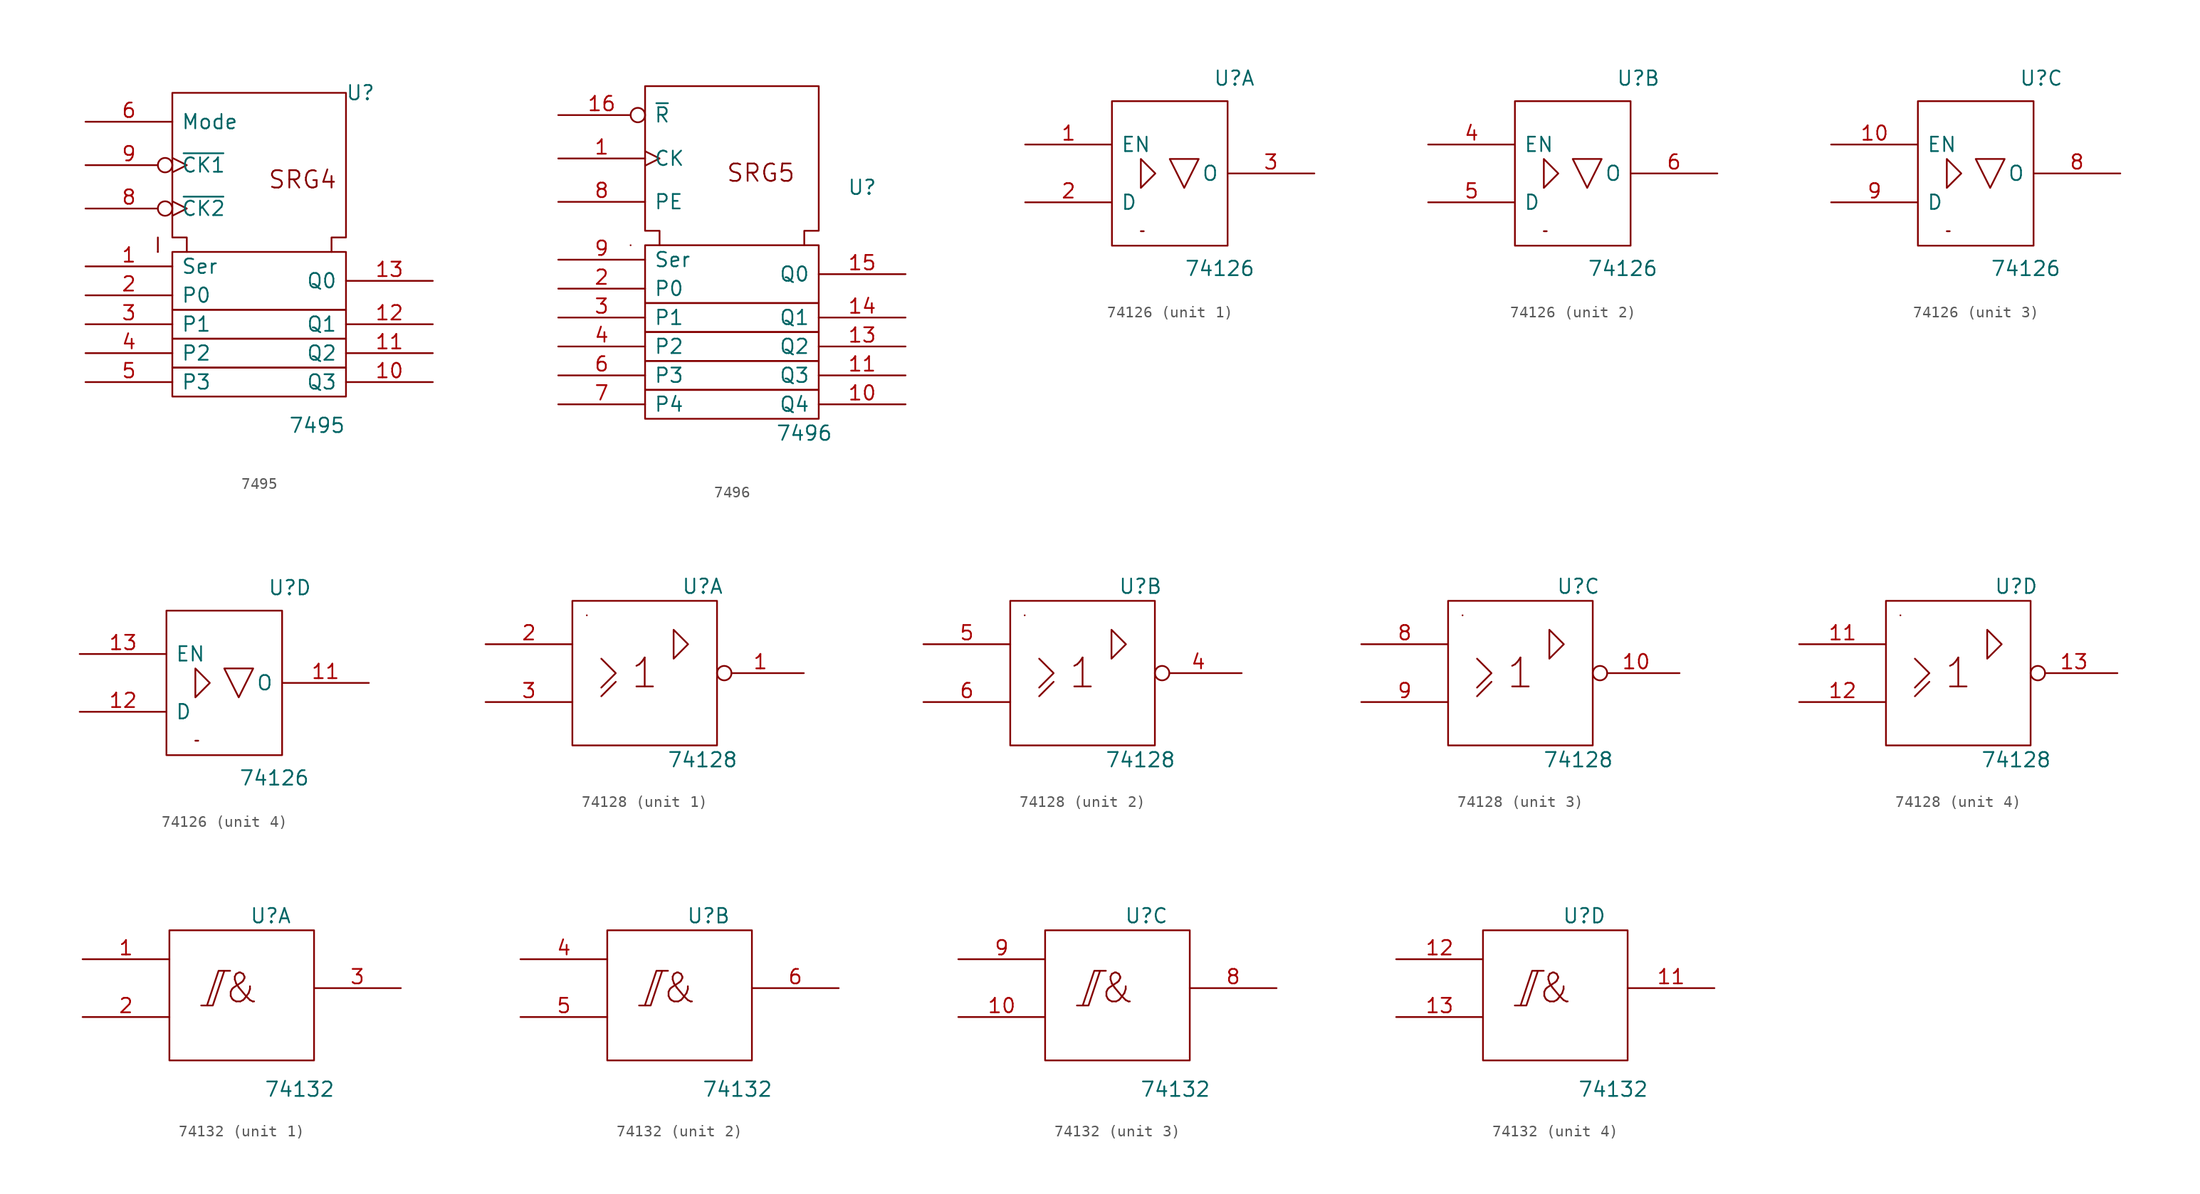
<source format=kicad_sym>
(kicad_symbol_lib
  (version 20201005)
  (generator kicad_symbol_editor)
  (symbol "74xx_IEEE:7495"
    (pin_names
      (offset 0.762))
    (property "Reference" "U"
      (at 8.89 13.97 0)
      (effects (font (size 1.27 1.27))))
    (property "Value" "7495"
      (at 5.08 -15.24 0)
      (effects (font (size 1.27 1.27))))
    (symbol "7495_0_0"
      (text "SRG4" (at 3.81 6.35 0) (effects (font (size 1.524 1.524))))
      (polyline (pts (xy -8.89 0) (xy -8.89 0)) (stroke (width 0)) (fill (type none)))
      (polyline (pts (xy -8.89 1.27) (xy -8.89 0) (xy -8.89 0)) (stroke (width 0)) (fill (type none)))
      (pin power_in line (at 5.08 13.97 270) (length 0) hide (name "VCC" (effects (font (size 1.27 1.27)))) (number "14" (effects (font (size 1.27 1.27)))))
      (pin power_in line (at 0 13.97 270) (length 0) hide (name "GND" (effects (font (size 1.27 1.27)))) (number "7" (effects (font (size 1.27 1.27))))))
    (symbol "7495_0_1"
      (rectangle (start -7.62 -10.16) (end 7.62 -12.7) (stroke (width 0)) (fill (type none)))
      (rectangle (start -7.62 -7.62) (end 7.62 -10.16) (stroke (width 0)) (fill (type none)))
      (rectangle (start -7.62 -5.08) (end 7.62 -7.62) (stroke (width 0)) (fill (type none)))
      (rectangle (start -7.62 0) (end 7.62 -5.08) (stroke (width 0)) (fill (type none)))
      (polyline (pts (xy -6.35 0) (xy -6.35 1.27) (xy -7.62 1.27) (xy -7.62 13.97) (xy 7.62 13.97) (xy 7.62 1.27) (xy 6.35 1.27) (xy 6.35 0) (xy 6.35 0)) (stroke (width 0)) (fill (type none))))
    (symbol "7495_1_1"
      (pin input line (at -15.24 -1.27 0) (length 7.62) (name "Ser" (effects (font (size 1.27 1.27)))) (number "1" (effects (font (size 1.27 1.27)))))
      (pin output line (at 15.24 -11.43 180) (length 7.62) (name "Q3" (effects (font (size 1.27 1.27)))) (number "10" (effects (font (size 1.27 1.27)))))
      (pin output line (at 15.24 -8.89 180) (length 7.62) (name "Q2" (effects (font (size 1.27 1.27)))) (number "11" (effects (font (size 1.27 1.27)))))
      (pin output line (at 15.24 -6.35 180) (length 7.62) (name "Q1" (effects (font (size 1.27 1.27)))) (number "12" (effects (font (size 1.27 1.27)))))
      (pin output line (at 15.24 -2.54 180) (length 7.62) (name "Q0" (effects (font (size 1.27 1.27)))) (number "13" (effects (font (size 1.27 1.27)))))
      (pin input line (at -15.24 -3.81 0) (length 7.62) (name "P0" (effects (font (size 1.27 1.27)))) (number "2" (effects (font (size 1.27 1.27)))))
      (pin input line (at -15.24 -6.35 0) (length 7.62) (name "P1" (effects (font (size 1.27 1.27)))) (number "3" (effects (font (size 1.27 1.27)))))
      (pin input line (at -15.24 -8.89 0) (length 7.62) (name "P2" (effects (font (size 1.27 1.27)))) (number "4" (effects (font (size 1.27 1.27)))))
      (pin input line (at -15.24 -11.43 0) (length 7.62) (name "P3" (effects (font (size 1.27 1.27)))) (number "5" (effects (font (size 1.27 1.27)))))
      (pin input line (at -15.24 11.43 0) (length 7.62) (name "Mode" (effects (font (size 1.27 1.27)))) (number "6" (effects (font (size 1.27 1.27)))))
      (pin input inverted_clock (at -15.24 3.81 0) (length 7.62) (name "~CK2" (effects (font (size 1.27 1.27)))) (number "8" (effects (font (size 1.27 1.27)))))
      (pin input inverted_clock (at -15.24 7.62 0) (length 7.62) (name "~CK1" (effects (font (size 1.27 1.27)))) (number "9" (effects (font (size 1.27 1.27)))))))
  (symbol "74xx_IEEE:7496"
    (pin_names
      (offset 0.762))
    (property "Reference" "U"
      (at 11.43 5.08 0)
      (effects (font (size 1.27 1.27))))
    (property "Value" "7496"
      (at 6.35 -16.51 0)
      (effects (font (size 1.27 1.27))))
    (symbol "7496_0_0"
      (text "SRG5" (at 2.54 6.35 0) (effects (font (size 1.524 1.524))))
      (polyline (pts (xy -8.89 0) (xy -8.89 0)) (stroke (width 0)) (fill (type none)))
      (pin power_in line (at 0 13.97 270) (length 0) hide (name "GND" (effects (font (size 1.27 1.27)))) (number "12" (effects (font (size 1.27 1.27)))))
      (pin power_in line (at 5.08 13.97 270) (length 0) hide (name "VCC" (effects (font (size 1.27 1.27)))) (number "5" (effects (font (size 1.27 1.27))))))
    (symbol "7496_0_1"
      (rectangle (start -7.62 -12.7) (end 7.62 -15.24) (stroke (width 0)) (fill (type none)))
      (rectangle (start -7.62 -10.16) (end 7.62 -12.7) (stroke (width 0)) (fill (type none)))
      (rectangle (start -7.62 -7.62) (end 7.62 -10.16) (stroke (width 0)) (fill (type none)))
      (rectangle (start -7.62 -5.08) (end 7.62 -7.62) (stroke (width 0)) (fill (type none)))
      (rectangle (start -7.62 0) (end 7.62 -5.08) (stroke (width 0)) (fill (type none)))
      (polyline (pts (xy -6.35 0) (xy -6.35 1.27) (xy -7.62 1.27) (xy -7.62 13.97) (xy 7.62 13.97) (xy 7.62 1.27) (xy 6.35 1.27) (xy 6.35 0) (xy 6.35 0)) (stroke (width 0)) (fill (type none))))
    (symbol "7496_1_1"
      (pin input clock (at -15.24 7.62 0) (length 7.62) (name "CK" (effects (font (size 1.27 1.27)))) (number "1" (effects (font (size 1.27 1.27)))))
      (pin output line (at 15.24 -13.97 180) (length 7.62) (name "Q4" (effects (font (size 1.27 1.27)))) (number "10" (effects (font (size 1.27 1.27)))))
      (pin output line (at 15.24 -11.43 180) (length 7.62) (name "Q3" (effects (font (size 1.27 1.27)))) (number "11" (effects (font (size 1.27 1.27)))))
      (pin output line (at 15.24 -8.89 180) (length 7.62) (name "Q2" (effects (font (size 1.27 1.27)))) (number "13" (effects (font (size 1.27 1.27)))))
      (pin output line (at 15.24 -6.35 180) (length 7.62) (name "Q1" (effects (font (size 1.27 1.27)))) (number "14" (effects (font (size 1.27 1.27)))))
      (pin output line (at 15.24 -2.54 180) (length 7.62) (name "Q0" (effects (font (size 1.27 1.27)))) (number "15" (effects (font (size 1.27 1.27)))))
      (pin input inverted (at -15.24 11.43 0) (length 7.62) (name "~R" (effects (font (size 1.27 1.27)))) (number "16" (effects (font (size 1.27 1.27)))))
      (pin input line (at -15.24 -3.81 0) (length 7.62) (name "P0" (effects (font (size 1.27 1.27)))) (number "2" (effects (font (size 1.27 1.27)))))
      (pin input line (at -15.24 -6.35 0) (length 7.62) (name "P1" (effects (font (size 1.27 1.27)))) (number "3" (effects (font (size 1.27 1.27)))))
      (pin input line (at -15.24 -8.89 0) (length 7.62) (name "P2" (effects (font (size 1.27 1.27)))) (number "4" (effects (font (size 1.27 1.27)))))
      (pin input line (at -15.24 -11.43 0) (length 7.62) (name "P3" (effects (font (size 1.27 1.27)))) (number "6" (effects (font (size 1.27 1.27)))))
      (pin input line (at -15.24 -13.97 0) (length 7.62) (name "P4" (effects (font (size 1.27 1.27)))) (number "7" (effects (font (size 1.27 1.27)))))
      (pin input line (at -15.24 3.81 0) (length 7.62) (name "PE" (effects (font (size 1.27 1.27)))) (number "8" (effects (font (size 1.27 1.27)))))
      (pin input line (at -15.24 -1.27 0) (length 7.62) (name "Ser" (effects (font (size 1.27 1.27)))) (number "9" (effects (font (size 1.27 1.27)))))))
  (symbol "74xx_IEEE:74126"
    (pin_names
      (offset 0.762))
    (property "Reference" "U"
      (at 3.81 7.62 0)
      (effects (font (size 1.27 1.27)) (justify left bottom)))
    (property "Value" "74126"
      (at 1.27 -7.62 0)
      (effects (font (size 1.27 1.27)) (justify left top)))
    (symbol "74126_0_0"
      (rectangle (start -2.286 -5.08) (end -2.54 -5.08) (stroke (width 0)) (fill (type none)))
      (pin power_in line (at 0 6.35 270) (length 0) hide (name "VCC" (effects (font (size 1.27 1.27)))) (number "14" (effects (font (size 1.27 1.27)))))
      (pin power_in line (at 0 -6.35 90) (length 0) hide (name "GND" (effects (font (size 1.27 1.27)))) (number "7" (effects (font (size 1.27 1.27))))))
    (symbol "74126_0_1"
      (rectangle (start -5.08 6.35) (end 5.08 -6.35) (stroke (width 0)) (fill (type none)))
      (polyline (pts (xy -2.54 1.27) (xy -2.54 -1.27) (xy -1.27 0) (xy -2.54 1.27) (xy -2.54 1.27)) (stroke (width 0)) (fill (type none)))
      (polyline (pts (xy 0 1.27) (xy 2.54 1.27) (xy 1.27 -1.27) (xy 0 1.27) (xy 0 1.27)) (stroke (width 0)) (fill (type none))))
    (symbol "74126_1_0"
      (pin input line (at -12.7 2.54 0) (length 7.62) (name "EN" (effects (font (size 1.27 1.27)))) (number "1" (effects (font (size 1.27 1.27))))))
    (symbol "74126_1_1"
      (pin input line (at -12.7 -2.54 0) (length 7.62) (name "D" (effects (font (size 1.27 1.27)))) (number "2" (effects (font (size 1.27 1.27)))))
      (pin tri_state line (at 12.7 0 180) (length 7.62) (name "O" (effects (font (size 1.27 1.27)))) (number "3" (effects (font (size 1.27 1.27))))))
    (symbol "74126_2_0"
      (pin input line (at -12.7 2.54 0) (length 7.62) (name "EN" (effects (font (size 1.27 1.27)))) (number "4" (effects (font (size 1.27 1.27))))))
    (symbol "74126_2_1"
      (pin input line (at -12.7 -2.54 0) (length 7.62) (name "D" (effects (font (size 1.27 1.27)))) (number "5" (effects (font (size 1.27 1.27)))))
      (pin tri_state line (at 12.7 0 180) (length 7.62) (name "O" (effects (font (size 1.27 1.27)))) (number "6" (effects (font (size 1.27 1.27))))))
    (symbol "74126_3_0"
      (pin input line (at -12.7 2.54 0) (length 7.62) (name "EN" (effects (font (size 1.27 1.27)))) (number "10" (effects (font (size 1.27 1.27))))))
    (symbol "74126_3_1"
      (pin tri_state line (at 12.7 0 180) (length 7.62) (name "O" (effects (font (size 1.27 1.27)))) (number "8" (effects (font (size 1.27 1.27)))))
      (pin input line (at -12.7 -2.54 0) (length 7.62) (name "D" (effects (font (size 1.27 1.27)))) (number "9" (effects (font (size 1.27 1.27))))))
    (symbol "74126_4_0"
      (pin input line (at -12.7 2.54 0) (length 7.62) (name "EN" (effects (font (size 1.27 1.27)))) (number "13" (effects (font (size 1.27 1.27))))))
    (symbol "74126_4_1"
      (pin tri_state line (at 12.7 0 180) (length 7.62) (name "O" (effects (font (size 1.27 1.27)))) (number "11" (effects (font (size 1.27 1.27)))))
      (pin input line (at -12.7 -2.54 0) (length 7.62) (name "D" (effects (font (size 1.27 1.27)))) (number "12" (effects (font (size 1.27 1.27)))))))
  (symbol "74xx_IEEE:74128"
    (pin_names
      (offset 0.762))
    (property "Reference" "U"
      (at 5.08 7.62 0)
      (effects (font (size 1.27 1.27))))
    (property "Value" "74128"
      (at 5.08 -7.62 0)
      (effects (font (size 1.27 1.27))))
    (symbol "74128_0_0"
      (text "1" (at 0 0 0) (effects (font (size 2.54 2.54))))
      (rectangle (start -5.08 5.08) (end -5.08 5.08) (stroke (width 0)) (fill (type none)))
      (polyline (pts (xy -3.81 -2.032) (xy -2.54 -0.762) (xy -2.54 -0.762)) (stroke (width 0)) (fill (type none)))
      (polyline (pts (xy -3.81 1.27) (xy -2.54 0) (xy -3.81 -1.27) (xy -3.81 -1.27)) (stroke (width 0)) (fill (type none)))
      (polyline (pts (xy 2.54 3.81) (xy 2.54 1.27) (xy 3.81 2.54) (xy 2.54 3.81) (xy 2.54 3.81)) (stroke (width 0)) (fill (type none)))
      (pin power_in line (at 0 6.35 270) (length 0) hide (name "VCC" (effects (font (size 1.27 1.27)))) (number "14" (effects (font (size 1.27 1.27)))))
      (pin power_in line (at 0 -6.35 90) (length 0) hide (name "GND" (effects (font (size 1.27 1.27)))) (number "7" (effects (font (size 1.27 1.27))))))
    (symbol "74128_0_1"
      (rectangle (start -6.35 6.35) (end 6.35 -6.35) (stroke (width 0)) (fill (type none))))
    (symbol "74128_1_1"
      (pin output inverted (at 13.97 0 180) (length 7.62) (name "~" (effects (font (size 1.27 1.27)))) (number "1" (effects (font (size 1.27 1.27)))))
      (pin input line (at -13.97 2.54 0) (length 7.62) (name "~" (effects (font (size 1.27 1.27)))) (number "2" (effects (font (size 1.27 1.27)))))
      (pin input line (at -13.97 -2.54 0) (length 7.62) (name "~" (effects (font (size 1.27 1.27)))) (number "3" (effects (font (size 1.27 1.27))))))
    (symbol "74128_2_1"
      (pin output inverted (at 13.97 0 180) (length 7.62) (name "~" (effects (font (size 1.27 1.27)))) (number "4" (effects (font (size 1.27 1.27)))))
      (pin input line (at -13.97 2.54 0) (length 7.62) (name "~" (effects (font (size 1.27 1.27)))) (number "5" (effects (font (size 1.27 1.27)))))
      (pin input line (at -13.97 -2.54 0) (length 7.62) (name "~" (effects (font (size 1.27 1.27)))) (number "6" (effects (font (size 1.27 1.27))))))
    (symbol "74128_3_1"
      (pin output inverted (at 13.97 0 180) (length 7.62) (name "~" (effects (font (size 1.27 1.27)))) (number "10" (effects (font (size 1.27 1.27)))))
      (pin input line (at -13.97 2.54 0) (length 7.62) (name "~" (effects (font (size 1.27 1.27)))) (number "8" (effects (font (size 1.27 1.27)))))
      (pin input line (at -13.97 -2.54 0) (length 7.62) (name "~" (effects (font (size 1.27 1.27)))) (number "9" (effects (font (size 1.27 1.27))))))
    (symbol "74128_4_1"
      (pin input line (at -13.97 2.54 0) (length 7.62) (name "~" (effects (font (size 1.27 1.27)))) (number "11" (effects (font (size 1.27 1.27)))))
      (pin input line (at -13.97 -2.54 0) (length 7.62) (name "~" (effects (font (size 1.27 1.27)))) (number "12" (effects (font (size 1.27 1.27)))))
      (pin output inverted (at 13.97 0 180) (length 7.62) (name "~" (effects (font (size 1.27 1.27)))) (number "13" (effects (font (size 1.27 1.27)))))))
  (symbol "74xx_IEEE:74132"
    (pin_names
      (offset 0.762))
    (property "Reference" "U"
      (at 2.54 6.35 0)
      (effects (font (size 1.27 1.27))))
    (property "Value" "74132"
      (at 5.08 -8.89 0)
      (effects (font (size 1.27 1.27))))
    (symbol "74132_0_0"
      (polyline (pts (xy -3.556 -1.524) (xy -2.54 -1.524) (xy -1.524 1.524) (xy -1.016 1.524) (xy -2.032 1.524) (xy -3.048 -1.524) (xy -3.048 -1.524)) (stroke (width 0)) (fill (type none))))
    (symbol "74132_0_1"
      (text "&" (at 0 0 0) (effects (font (size 2.54 2.54))))
      (rectangle (start -6.35 5.08) (end 6.35 -6.35) (stroke (width 0)) (fill (type none)))
      (pin power_in line (at 0 5.08 270) (length 0) hide (name "Vcc" (effects (font (size 1.27 1.27)))) (number "14" (effects (font (size 1.27 1.27)))))
      (pin power_in line (at 0 -6.35 90) (length 0) hide (name "Gnd" (effects (font (size 1.27 1.27)))) (number "7" (effects (font (size 1.27 1.27))))))
    (symbol "74132_1_1"
      (pin input line (at -13.97 2.54 0) (length 7.62) (name "~" (effects (font (size 1.27 1.27)))) (number "1" (effects (font (size 1.27 1.27)))))
      (pin input line (at -13.97 -2.54 0) (length 7.62) (name "~" (effects (font (size 1.27 1.27)))) (number "2" (effects (font (size 1.27 1.27)))))
      (pin output line (at 13.97 0 180) (length 7.62) (name "~" (effects (font (size 1.27 1.27)))) (number "3" (effects (font (size 1.27 1.27))))))
    (symbol "74132_2_1"
      (pin input line (at -13.97 2.54 0) (length 7.62) (name "~" (effects (font (size 1.27 1.27)))) (number "4" (effects (font (size 1.27 1.27)))))
      (pin input line (at -13.97 -2.54 0) (length 7.62) (name "~" (effects (font (size 1.27 1.27)))) (number "5" (effects (font (size 1.27 1.27)))))
      (pin output line (at 13.97 0 180) (length 7.62) (name "~" (effects (font (size 1.27 1.27)))) (number "6" (effects (font (size 1.27 1.27))))))
    (symbol "74132_3_1"
      (pin input line (at -13.97 -2.54 0) (length 7.62) (name "~" (effects (font (size 1.27 1.27)))) (number "10" (effects (font (size 1.27 1.27)))))
      (pin output line (at 13.97 0 180) (length 7.62) (name "~" (effects (font (size 1.27 1.27)))) (number "8" (effects (font (size 1.27 1.27)))))
      (pin input line (at -13.97 2.54 0) (length 7.62) (name "~" (effects (font (size 1.27 1.27)))) (number "9" (effects (font (size 1.27 1.27))))))
    (symbol "74132_4_1"
      (pin output line (at 13.97 0 180) (length 7.62) (name "~" (effects (font (size 1.27 1.27)))) (number "11" (effects (font (size 1.27 1.27)))))
      (pin input line (at -13.97 2.54 0) (length 7.62) (name "~" (effects (font (size 1.27 1.27)))) (number "12" (effects (font (size 1.27 1.27)))))
      (pin input line (at -13.97 -2.54 0) (length 7.62) (name "~" (effects (font (size 1.27 1.27)))) (number "13" (effects (font (size 1.27 1.27))))))))
</source>
